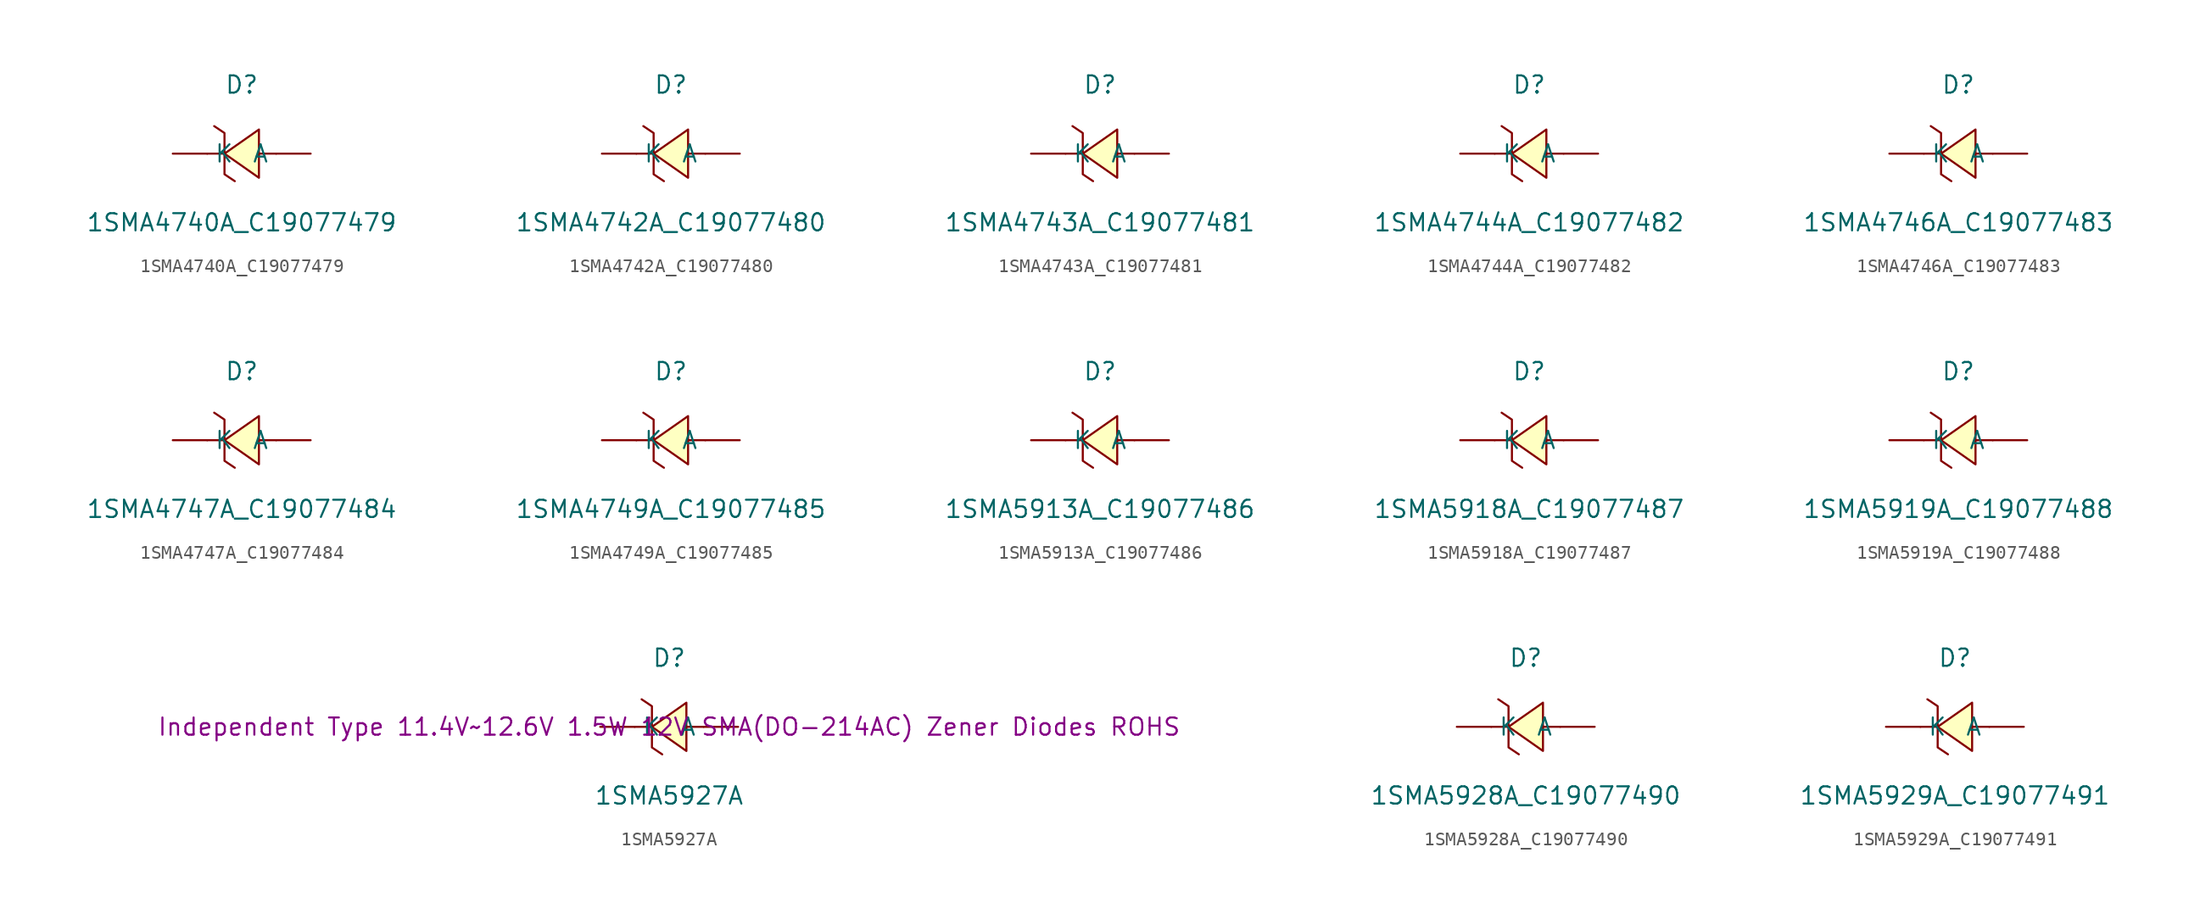
<source format=kicad_sym>
(kicad_symbol_lib
  (version 20241209)
  (generator "kicad_symbol_editor")
  (generator_version "9.0")
  (symbol "1SMA4740A_C19077479"
    (pin_numbers
      (hide yes))
    (property "Reference" "D"
      (at 0 5.08 0)
      (effects (font (size 1.27 1.27))))
    (property "Value" "1SMA4740A_C19077479"
      (at 0 -5.08 0)
      (effects (font (size 1.27 1.27))))
    (symbol "1SMA4740A_C19077479_0_1"
      (polyline (pts (xy -2.03 2.03) (xy -1.27 1.52) (xy -1.27 -1.52) (xy -0.51 -2.03)) (stroke (width 0) (type default)) (fill (type none)))
      (polyline (pts (xy -1.27 0) (xy -2.54 0)) (stroke (width 0) (type default)) (fill (type none)))
      (polyline (pts (xy 1.27 1.78) (xy -1.27 0) (xy 1.27 -1.78) (xy 1.27 1.78)) (stroke (width 0) (type default)) (fill (type background)))
      (polyline (pts (xy 2.54 0) (xy 1.27 0)) (stroke (width 0) (type default)) (fill (type none)))
      (pin unspecified line (at -5.08 0 0) (length 2.54) (name "K" (effects (font (size 1.27 1.27)))) (number "1" (effects (font (size 1.27 1.27)))))
      (pin unspecified line (at 5.08 0 180) (length 2.54) (name "A" (effects (font (size 1.27 1.27)))) (number "2" (effects (font (size 1.27 1.27)))))))
  (symbol "1SMA4742A_C19077480"
    (pin_numbers
      (hide yes))
    (property "Reference" "D"
      (at 0 5.08 0)
      (effects (font (size 1.27 1.27))))
    (property "Value" "1SMA4742A_C19077480"
      (at 0 -5.08 0)
      (effects (font (size 1.27 1.27))))
    (symbol "1SMA4742A_C19077480_0_1"
      (polyline (pts (xy -2.03 2.03) (xy -1.27 1.52) (xy -1.27 -1.52) (xy -0.51 -2.03)) (stroke (width 0) (type default)) (fill (type none)))
      (polyline (pts (xy -1.27 0) (xy -2.54 0)) (stroke (width 0) (type default)) (fill (type none)))
      (polyline (pts (xy 1.27 1.78) (xy -1.27 0) (xy 1.27 -1.78) (xy 1.27 1.78)) (stroke (width 0) (type default)) (fill (type background)))
      (polyline (pts (xy 2.54 0) (xy 1.27 0)) (stroke (width 0) (type default)) (fill (type none)))
      (pin unspecified line (at -5.08 0 0) (length 2.54) (name "K" (effects (font (size 1.27 1.27)))) (number "1" (effects (font (size 1.27 1.27)))))
      (pin unspecified line (at 5.08 0 180) (length 2.54) (name "A" (effects (font (size 1.27 1.27)))) (number "2" (effects (font (size 1.27 1.27)))))))
  (symbol "1SMA4743A_C19077481"
    (pin_numbers
      (hide yes))
    (property "Reference" "D"
      (at 0 5.08 0)
      (effects (font (size 1.27 1.27))))
    (property "Value" "1SMA4743A_C19077481"
      (at 0 -5.08 0)
      (effects (font (size 1.27 1.27))))
    (symbol "1SMA4743A_C19077481_0_1"
      (polyline (pts (xy -2.03 2.03) (xy -1.27 1.52) (xy -1.27 -1.52) (xy -0.51 -2.03)) (stroke (width 0) (type default)) (fill (type none)))
      (polyline (pts (xy -1.27 0) (xy -2.54 0)) (stroke (width 0) (type default)) (fill (type none)))
      (polyline (pts (xy 1.27 1.78) (xy -1.27 0) (xy 1.27 -1.78) (xy 1.27 1.78)) (stroke (width 0) (type default)) (fill (type background)))
      (polyline (pts (xy 2.54 0) (xy 1.27 0)) (stroke (width 0) (type default)) (fill (type none)))
      (pin unspecified line (at -5.08 0 0) (length 2.54) (name "K" (effects (font (size 1.27 1.27)))) (number "1" (effects (font (size 1.27 1.27)))))
      (pin unspecified line (at 5.08 0 180) (length 2.54) (name "A" (effects (font (size 1.27 1.27)))) (number "2" (effects (font (size 1.27 1.27)))))))
  (symbol "1SMA4744A_C19077482"
    (pin_numbers
      (hide yes))
    (property "Reference" "D"
      (at 0 5.08 0)
      (effects (font (size 1.27 1.27))))
    (property "Value" "1SMA4744A_C19077482"
      (at 0 -5.08 0)
      (effects (font (size 1.27 1.27))))
    (symbol "1SMA4744A_C19077482_0_1"
      (polyline (pts (xy -2.03 2.03) (xy -1.27 1.52) (xy -1.27 -1.52) (xy -0.51 -2.03)) (stroke (width 0) (type default)) (fill (type none)))
      (polyline (pts (xy -1.27 0) (xy -2.54 0)) (stroke (width 0) (type default)) (fill (type none)))
      (polyline (pts (xy 1.27 1.78) (xy -1.27 0) (xy 1.27 -1.78) (xy 1.27 1.78)) (stroke (width 0) (type default)) (fill (type background)))
      (polyline (pts (xy 2.54 0) (xy 1.27 0)) (stroke (width 0) (type default)) (fill (type none)))
      (pin unspecified line (at -5.08 0 0) (length 2.54) (name "K" (effects (font (size 1.27 1.27)))) (number "1" (effects (font (size 1.27 1.27)))))
      (pin unspecified line (at 5.08 0 180) (length 2.54) (name "A" (effects (font (size 1.27 1.27)))) (number "2" (effects (font (size 1.27 1.27)))))))
  (symbol "1SMA4746A_C19077483"
    (pin_numbers
      (hide yes))
    (property "Reference" "D"
      (at 0 5.08 0)
      (effects (font (size 1.27 1.27))))
    (property "Value" "1SMA4746A_C19077483"
      (at 0 -5.08 0)
      (effects (font (size 1.27 1.27))))
    (symbol "1SMA4746A_C19077483_0_1"
      (polyline (pts (xy -2.03 2.03) (xy -1.27 1.52) (xy -1.27 -1.52) (xy -0.51 -2.03)) (stroke (width 0) (type default)) (fill (type none)))
      (polyline (pts (xy -1.27 0) (xy -2.54 0)) (stroke (width 0) (type default)) (fill (type none)))
      (polyline (pts (xy 1.27 1.78) (xy -1.27 0) (xy 1.27 -1.78) (xy 1.27 1.78)) (stroke (width 0) (type default)) (fill (type background)))
      (polyline (pts (xy 2.54 0) (xy 1.27 0)) (stroke (width 0) (type default)) (fill (type none)))
      (pin unspecified line (at -5.08 0 0) (length 2.54) (name "K" (effects (font (size 1.27 1.27)))) (number "1" (effects (font (size 1.27 1.27)))))
      (pin unspecified line (at 5.08 0 180) (length 2.54) (name "A" (effects (font (size 1.27 1.27)))) (number "2" (effects (font (size 1.27 1.27)))))))
  (symbol "1SMA4747A_C19077484"
    (pin_numbers
      (hide yes))
    (property "Reference" "D"
      (at 0 5.08 0)
      (effects (font (size 1.27 1.27))))
    (property "Value" "1SMA4747A_C19077484"
      (at 0 -5.08 0)
      (effects (font (size 1.27 1.27))))
    (symbol "1SMA4747A_C19077484_0_1"
      (polyline (pts (xy -2.03 2.03) (xy -1.27 1.52) (xy -1.27 -1.52) (xy -0.51 -2.03)) (stroke (width 0) (type default)) (fill (type none)))
      (polyline (pts (xy -1.27 0) (xy -2.54 0)) (stroke (width 0) (type default)) (fill (type none)))
      (polyline (pts (xy 1.27 1.78) (xy -1.27 0) (xy 1.27 -1.78) (xy 1.27 1.78)) (stroke (width 0) (type default)) (fill (type background)))
      (polyline (pts (xy 2.54 0) (xy 1.27 0)) (stroke (width 0) (type default)) (fill (type none)))
      (pin unspecified line (at -5.08 0 0) (length 2.54) (name "K" (effects (font (size 1.27 1.27)))) (number "1" (effects (font (size 1.27 1.27)))))
      (pin unspecified line (at 5.08 0 180) (length 2.54) (name "A" (effects (font (size 1.27 1.27)))) (number "2" (effects (font (size 1.27 1.27)))))))
  (symbol "1SMA4749A_C19077485"
    (pin_numbers
      (hide yes))
    (property "Reference" "D"
      (at 0 5.08 0)
      (effects (font (size 1.27 1.27))))
    (property "Value" "1SMA4749A_C19077485"
      (at 0 -5.08 0)
      (effects (font (size 1.27 1.27))))
    (symbol "1SMA4749A_C19077485_0_1"
      (polyline (pts (xy -2.03 2.03) (xy -1.27 1.52) (xy -1.27 -1.52) (xy -0.51 -2.03)) (stroke (width 0) (type default)) (fill (type none)))
      (polyline (pts (xy -1.27 0) (xy -2.54 0)) (stroke (width 0) (type default)) (fill (type none)))
      (polyline (pts (xy 1.27 1.78) (xy -1.27 0) (xy 1.27 -1.78) (xy 1.27 1.78)) (stroke (width 0) (type default)) (fill (type background)))
      (polyline (pts (xy 2.54 0) (xy 1.27 0)) (stroke (width 0) (type default)) (fill (type none)))
      (pin unspecified line (at -5.08 0 0) (length 2.54) (name "K" (effects (font (size 1.27 1.27)))) (number "1" (effects (font (size 1.27 1.27)))))
      (pin unspecified line (at 5.08 0 180) (length 2.54) (name "A" (effects (font (size 1.27 1.27)))) (number "2" (effects (font (size 1.27 1.27)))))))
  (symbol "1SMA5913A_C19077486"
    (pin_numbers
      (hide yes))
    (property "Reference" "D"
      (at 0 5.08 0)
      (effects (font (size 1.27 1.27))))
    (property "Value" "1SMA5913A_C19077486"
      (at 0 -5.08 0)
      (effects (font (size 1.27 1.27))))
    (symbol "1SMA5913A_C19077486_0_1"
      (polyline (pts (xy -2.03 2.03) (xy -1.27 1.52) (xy -1.27 -1.52) (xy -0.51 -2.03)) (stroke (width 0) (type default)) (fill (type none)))
      (polyline (pts (xy -1.27 0) (xy -2.54 0)) (stroke (width 0) (type default)) (fill (type none)))
      (polyline (pts (xy 1.27 1.78) (xy -1.27 0) (xy 1.27 -1.78) (xy 1.27 1.78)) (stroke (width 0) (type default)) (fill (type background)))
      (polyline (pts (xy 2.54 0) (xy 1.27 0)) (stroke (width 0) (type default)) (fill (type none)))
      (pin unspecified line (at -5.08 0 0) (length 2.54) (name "K" (effects (font (size 1.27 1.27)))) (number "1" (effects (font (size 1.27 1.27)))))
      (pin unspecified line (at 5.08 0 180) (length 2.54) (name "A" (effects (font (size 1.27 1.27)))) (number "2" (effects (font (size 1.27 1.27)))))))
  (symbol "1SMA5918A_C19077487"
    (pin_numbers
      (hide yes))
    (property "Reference" "D"
      (at 0 5.08 0)
      (effects (font (size 1.27 1.27))))
    (property "Value" "1SMA5918A_C19077487"
      (at 0 -5.08 0)
      (effects (font (size 1.27 1.27))))
    (symbol "1SMA5918A_C19077487_0_1"
      (polyline (pts (xy -2.03 2.03) (xy -1.27 1.52) (xy -1.27 -1.52) (xy -0.51 -2.03)) (stroke (width 0) (type default)) (fill (type none)))
      (polyline (pts (xy -1.27 0) (xy -2.54 0)) (stroke (width 0) (type default)) (fill (type none)))
      (polyline (pts (xy 1.27 1.78) (xy -1.27 0) (xy 1.27 -1.78) (xy 1.27 1.78)) (stroke (width 0) (type default)) (fill (type background)))
      (polyline (pts (xy 2.54 0) (xy 1.27 0)) (stroke (width 0) (type default)) (fill (type none)))
      (pin unspecified line (at -5.08 0 0) (length 2.54) (name "K" (effects (font (size 1.27 1.27)))) (number "1" (effects (font (size 1.27 1.27)))))
      (pin unspecified line (at 5.08 0 180) (length 2.54) (name "A" (effects (font (size 1.27 1.27)))) (number "2" (effects (font (size 1.27 1.27)))))))
  (symbol "1SMA5919A_C19077488"
    (pin_numbers
      (hide yes))
    (property "Reference" "D"
      (at 0 5.08 0)
      (effects (font (size 1.27 1.27))))
    (property "Value" "1SMA5919A_C19077488"
      (at 0 -5.08 0)
      (effects (font (size 1.27 1.27))))
    (symbol "1SMA5919A_C19077488_0_1"
      (polyline (pts (xy -2.03 2.03) (xy -1.27 1.52) (xy -1.27 -1.52) (xy -0.51 -2.03)) (stroke (width 0) (type default)) (fill (type none)))
      (polyline (pts (xy -1.27 0) (xy -2.54 0)) (stroke (width 0) (type default)) (fill (type none)))
      (polyline (pts (xy 1.27 1.78) (xy -1.27 0) (xy 1.27 -1.78) (xy 1.27 1.78)) (stroke (width 0) (type default)) (fill (type background)))
      (polyline (pts (xy 2.54 0) (xy 1.27 0)) (stroke (width 0) (type default)) (fill (type none)))
      (pin unspecified line (at -5.08 0 0) (length 2.54) (name "K" (effects (font (size 1.27 1.27)))) (number "1" (effects (font (size 1.27 1.27)))))
      (pin unspecified line (at 5.08 0 180) (length 2.54) (name "A" (effects (font (size 1.27 1.27)))) (number "2" (effects (font (size 1.27 1.27)))))))
  (symbol "1SMA5927A"
    (pin_numbers
      (hide yes))
    (property "Reference" "D"
      (at 0 5.08 0)
      (effects (font (size 1.27 1.27))))
    (property "Value" "1SMA5927A"
      (at 0 -5.08 0)
      (effects (font (size 1.27 1.27))))
    (property "Description" "Independent Type 11.4V~12.6V 1.5W 12V SMA(DO-214AC) Zener Diodes ROHS"
      (at 0 0 0)
      (effects (font (size 1.27 1.27))))
    (symbol "1SMA5927A_0_1"
      (polyline (pts (xy -2.03 2.03) (xy -1.27 1.52) (xy -1.27 -1.52) (xy -0.51 -2.03)) (stroke (width 0) (type default)) (fill (type none)))
      (polyline (pts (xy -1.27 0) (xy -2.54 0)) (stroke (width 0) (type default)) (fill (type none)))
      (polyline (pts (xy 1.27 1.78) (xy -1.27 0) (xy 1.27 -1.78) (xy 1.27 1.78)) (stroke (width 0) (type default)) (fill (type background)))
      (polyline (pts (xy 2.54 0) (xy 1.27 0)) (stroke (width 0) (type default)) (fill (type none)))
      (pin unspecified line (at -5.08 0 0) (length 2.54) (name "K" (effects (font (size 1.27 1.27)))) (number "1" (effects (font (size 1.27 1.27)))))
      (pin unspecified line (at 5.08 0 180) (length 2.54) (name "A" (effects (font (size 1.27 1.27)))) (number "2" (effects (font (size 1.27 1.27)))))))
  (symbol "1SMA5928A_C19077490"
    (pin_numbers
      (hide yes))
    (property "Reference" "D"
      (at 0 5.08 0)
      (effects (font (size 1.27 1.27))))
    (property "Value" "1SMA5928A_C19077490"
      (at 0 -5.08 0)
      (effects (font (size 1.27 1.27))))
    (symbol "1SMA5928A_C19077490_0_1"
      (polyline (pts (xy -2.03 2.03) (xy -1.27 1.52) (xy -1.27 -1.52) (xy -0.51 -2.03)) (stroke (width 0) (type default)) (fill (type none)))
      (polyline (pts (xy -1.27 0) (xy -2.54 0)) (stroke (width 0) (type default)) (fill (type none)))
      (polyline (pts (xy 1.27 1.78) (xy -1.27 0) (xy 1.27 -1.78) (xy 1.27 1.78)) (stroke (width 0) (type default)) (fill (type background)))
      (polyline (pts (xy 2.54 0) (xy 1.27 0)) (stroke (width 0) (type default)) (fill (type none)))
      (pin unspecified line (at -5.08 0 0) (length 2.54) (name "K" (effects (font (size 1.27 1.27)))) (number "1" (effects (font (size 1.27 1.27)))))
      (pin unspecified line (at 5.08 0 180) (length 2.54) (name "A" (effects (font (size 1.27 1.27)))) (number "2" (effects (font (size 1.27 1.27)))))))
  (symbol "1SMA5929A_C19077491"
    (pin_numbers
      (hide yes))
    (property "Reference" "D"
      (at 0 5.08 0)
      (effects (font (size 1.27 1.27))))
    (property "Value" "1SMA5929A_C19077491"
      (at 0 -5.08 0)
      (effects (font (size 1.27 1.27))))
    (symbol "1SMA5929A_C19077491_0_1"
      (polyline (pts (xy -2.03 2.03) (xy -1.27 1.52) (xy -1.27 -1.52) (xy -0.51 -2.03)) (stroke (width 0) (type default)) (fill (type none)))
      (polyline (pts (xy -1.27 0) (xy -2.54 0)) (stroke (width 0) (type default)) (fill (type none)))
      (polyline (pts (xy 1.27 1.78) (xy -1.27 0) (xy 1.27 -1.78) (xy 1.27 1.78)) (stroke (width 0) (type default)) (fill (type background)))
      (polyline (pts (xy 2.54 0) (xy 1.27 0)) (stroke (width 0) (type default)) (fill (type none)))
      (pin unspecified line (at -5.08 0 0) (length 2.54) (name "K" (effects (font (size 1.27 1.27)))) (number "1" (effects (font (size 1.27 1.27)))))
      (pin unspecified line (at 5.08 0 180) (length 2.54) (name "A" (effects (font (size 1.27 1.27)))) (number "2" (effects (font (size 1.27 1.27))))))))
</source>
